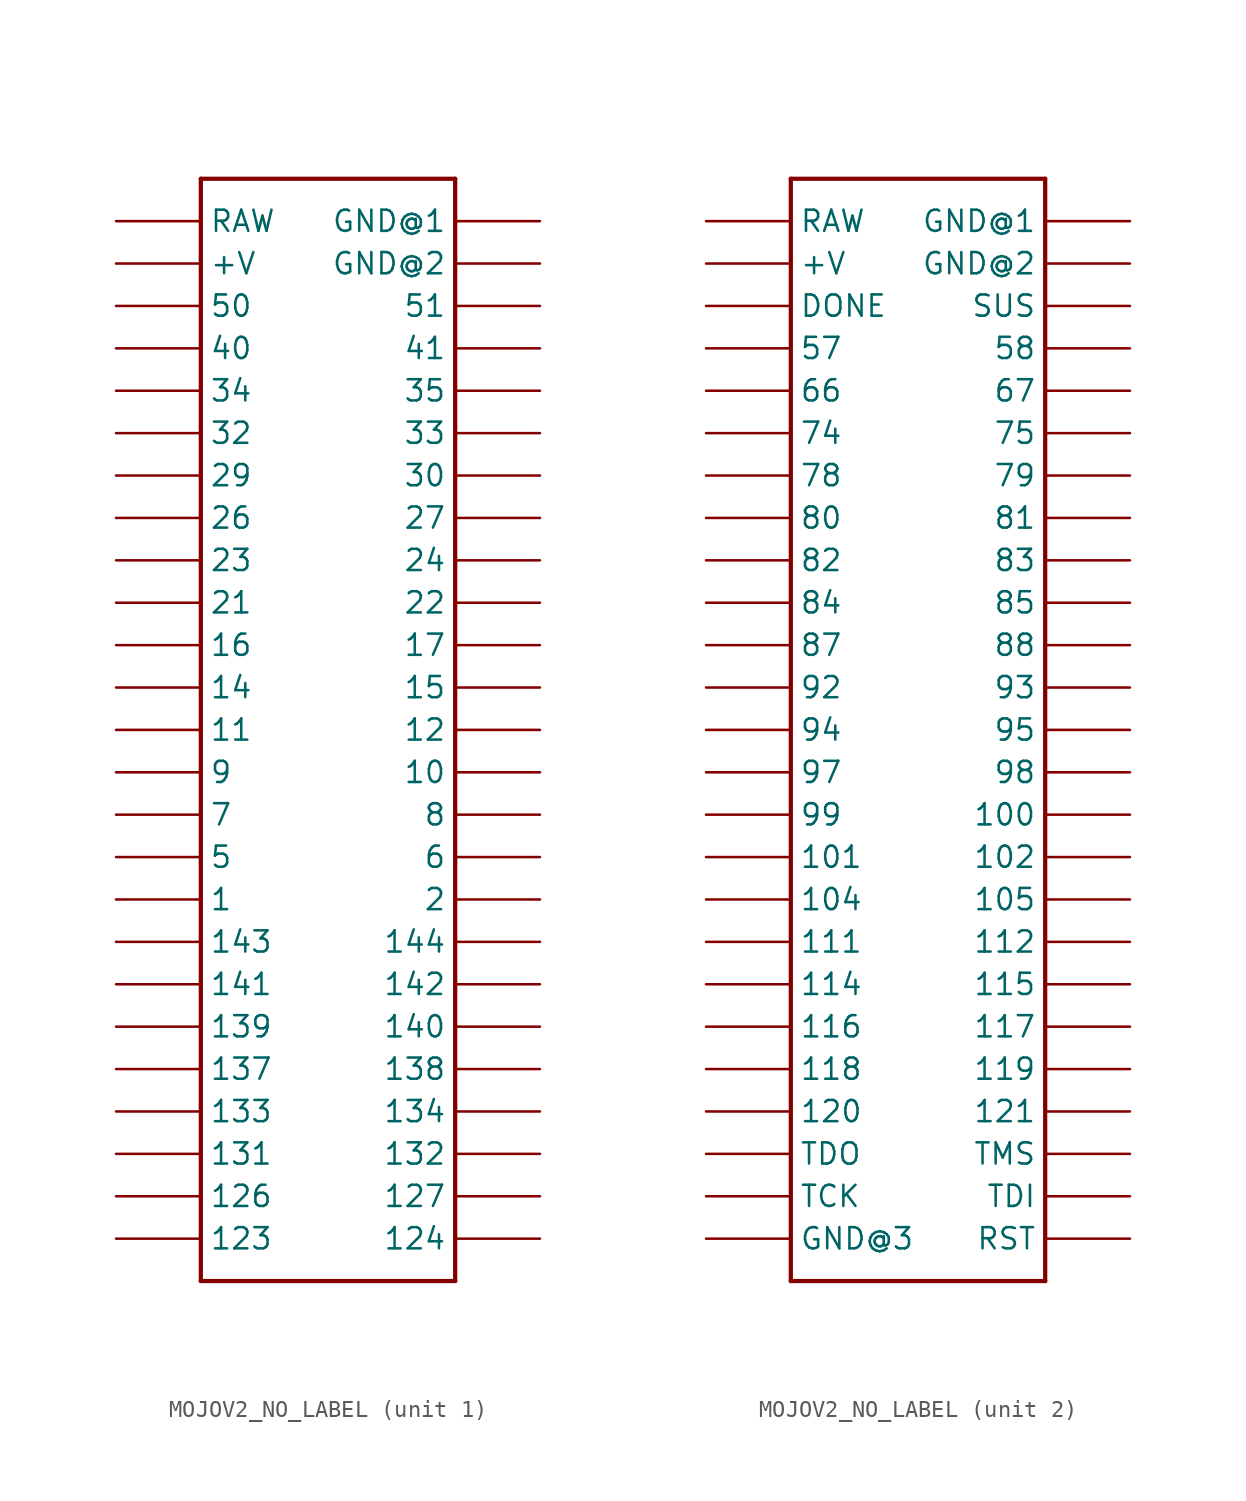
<source format=kicad_sym>
(kicad_symbol_lib
  (version 20231120)
  (generator "kicad_symbol_editor")
  (generator_version "8.0")
  (symbol "MOJOV2_NO_LABEL"
    (property "Reference" ""
      (at 0 0 0)
      (effects (font (size 1.27 1.27)) (hide yes)))
    (property "ki_locked" ""
      (at 0 0 0)
      (effects (font (size 1.27 1.27))))
    (symbol "MOJOV2_NO_LABEL_1_0"
      (polyline (pts (xy -7.62 -33.02) (xy -7.62 33.02)) (stroke (width 0.254) (type solid)) (fill (type none)))
      (polyline (pts (xy -7.62 33.02) (xy 7.62 33.02)) (stroke (width 0.254) (type solid)) (fill (type none)))
      (polyline (pts (xy 7.62 -33.02) (xy -7.62 -33.02)) (stroke (width 0.254) (type solid)) (fill (type none)))
      (polyline (pts (xy 7.62 33.02) (xy 7.62 -33.02)) (stroke (width 0.254) (type solid)) (fill (type none)))
      (pin bidirectional line (at -12.7 -10.16 0) (length 5.08) (name "1" (effects (font (size 1.27 1.27)))) (number "1" (effects (font (size 0 0)))))
      (pin bidirectional line (at 12.7 -2.54 180) (length 5.08) (name "10" (effects (font (size 1.27 1.27)))) (number "10" (effects (font (size 0 0)))))
      (pin bidirectional line (at -12.7 0 0) (length 5.08) (name "11" (effects (font (size 1.27 1.27)))) (number "11" (effects (font (size 0 0)))))
      (pin bidirectional line (at 12.7 0 180) (length 5.08) (name "12" (effects (font (size 1.27 1.27)))) (number "12" (effects (font (size 0 0)))))
      (pin bidirectional line (at -12.7 -30.48 0) (length 5.08) (name "123" (effects (font (size 1.27 1.27)))) (number "123" (effects (font (size 0 0)))))
      (pin bidirectional line (at 12.7 -30.48 180) (length 5.08) (name "124" (effects (font (size 1.27 1.27)))) (number "124" (effects (font (size 0 0)))))
      (pin bidirectional line (at -12.7 -27.94 0) (length 5.08) (name "126" (effects (font (size 1.27 1.27)))) (number "126" (effects (font (size 0 0)))))
      (pin bidirectional line (at 12.7 -27.94 180) (length 5.08) (name "127" (effects (font (size 1.27 1.27)))) (number "127" (effects (font (size 0 0)))))
      (pin bidirectional line (at -12.7 -25.4 0) (length 5.08) (name "131" (effects (font (size 1.27 1.27)))) (number "131" (effects (font (size 0 0)))))
      (pin bidirectional line (at 12.7 -25.4 180) (length 5.08) (name "132" (effects (font (size 1.27 1.27)))) (number "132" (effects (font (size 0 0)))))
      (pin bidirectional line (at -12.7 -22.86 0) (length 5.08) (name "133" (effects (font (size 1.27 1.27)))) (number "133" (effects (font (size 0 0)))))
      (pin bidirectional line (at 12.7 -22.86 180) (length 5.08) (name "134" (effects (font (size 1.27 1.27)))) (number "134" (effects (font (size 0 0)))))
      (pin bidirectional line (at -12.7 -20.32 0) (length 5.08) (name "137" (effects (font (size 1.27 1.27)))) (number "137" (effects (font (size 0 0)))))
      (pin bidirectional line (at 12.7 -20.32 180) (length 5.08) (name "138" (effects (font (size 1.27 1.27)))) (number "138" (effects (font (size 0 0)))))
      (pin bidirectional line (at -12.7 -17.78 0) (length 5.08) (name "139" (effects (font (size 1.27 1.27)))) (number "139" (effects (font (size 0 0)))))
      (pin bidirectional line (at -12.7 2.54 0) (length 5.08) (name "14" (effects (font (size 1.27 1.27)))) (number "14" (effects (font (size 0 0)))))
      (pin bidirectional line (at 12.7 -17.78 180) (length 5.08) (name "140" (effects (font (size 1.27 1.27)))) (number "140" (effects (font (size 0 0)))))
      (pin bidirectional line (at -12.7 -15.24 0) (length 5.08) (name "141" (effects (font (size 1.27 1.27)))) (number "141" (effects (font (size 0 0)))))
      (pin bidirectional line (at 12.7 -15.24 180) (length 5.08) (name "142" (effects (font (size 1.27 1.27)))) (number "142" (effects (font (size 0 0)))))
      (pin bidirectional line (at -12.7 -12.7 0) (length 5.08) (name "143" (effects (font (size 1.27 1.27)))) (number "143" (effects (font (size 0 0)))))
      (pin bidirectional line (at 12.7 -12.7 180) (length 5.08) (name "144" (effects (font (size 1.27 1.27)))) (number "144" (effects (font (size 0 0)))))
      (pin bidirectional line (at 12.7 2.54 180) (length 5.08) (name "15" (effects (font (size 1.27 1.27)))) (number "15" (effects (font (size 0 0)))))
      (pin bidirectional line (at -12.7 5.08 0) (length 5.08) (name "16" (effects (font (size 1.27 1.27)))) (number "16" (effects (font (size 0 0)))))
      (pin bidirectional line (at 12.7 5.08 180) (length 5.08) (name "17" (effects (font (size 1.27 1.27)))) (number "17" (effects (font (size 0 0)))))
      (pin bidirectional line (at 12.7 -10.16 180) (length 5.08) (name "2" (effects (font (size 1.27 1.27)))) (number "2" (effects (font (size 0 0)))))
      (pin bidirectional line (at -12.7 7.62 0) (length 5.08) (name "21" (effects (font (size 1.27 1.27)))) (number "21" (effects (font (size 0 0)))))
      (pin bidirectional line (at 12.7 7.62 180) (length 5.08) (name "22" (effects (font (size 1.27 1.27)))) (number "22" (effects (font (size 0 0)))))
      (pin bidirectional line (at -12.7 10.16 0) (length 5.08) (name "23" (effects (font (size 1.27 1.27)))) (number "23" (effects (font (size 0 0)))))
      (pin bidirectional line (at 12.7 10.16 180) (length 5.08) (name "24" (effects (font (size 1.27 1.27)))) (number "24" (effects (font (size 0 0)))))
      (pin bidirectional line (at -12.7 12.7 0) (length 5.08) (name "26" (effects (font (size 1.27 1.27)))) (number "26" (effects (font (size 0 0)))))
      (pin bidirectional line (at 12.7 12.7 180) (length 5.08) (name "27" (effects (font (size 1.27 1.27)))) (number "27" (effects (font (size 0 0)))))
      (pin bidirectional line (at -12.7 15.24 0) (length 5.08) (name "29" (effects (font (size 1.27 1.27)))) (number "29" (effects (font (size 0 0)))))
      (pin bidirectional line (at 12.7 15.24 180) (length 5.08) (name "30" (effects (font (size 1.27 1.27)))) (number "30" (effects (font (size 0 0)))))
      (pin bidirectional line (at -12.7 17.78 0) (length 5.08) (name "32" (effects (font (size 1.27 1.27)))) (number "32" (effects (font (size 0 0)))))
      (pin bidirectional line (at 12.7 17.78 180) (length 5.08) (name "33" (effects (font (size 1.27 1.27)))) (number "33" (effects (font (size 0 0)))))
      (pin bidirectional line (at -12.7 20.32 0) (length 5.08) (name "34" (effects (font (size 1.27 1.27)))) (number "34" (effects (font (size 0 0)))))
      (pin bidirectional line (at 12.7 20.32 180) (length 5.08) (name "35" (effects (font (size 1.27 1.27)))) (number "35" (effects (font (size 0 0)))))
      (pin bidirectional line (at -12.7 22.86 0) (length 5.08) (name "40" (effects (font (size 1.27 1.27)))) (number "40" (effects (font (size 0 0)))))
      (pin bidirectional line (at 12.7 22.86 180) (length 5.08) (name "41" (effects (font (size 1.27 1.27)))) (number "41" (effects (font (size 0 0)))))
      (pin bidirectional line (at -12.7 -7.62 0) (length 5.08) (name "5" (effects (font (size 1.27 1.27)))) (number "5" (effects (font (size 0 0)))))
      (pin bidirectional line (at -12.7 25.4 0) (length 5.08) (name "50" (effects (font (size 1.27 1.27)))) (number "50" (effects (font (size 0 0)))))
      (pin bidirectional line (at 12.7 25.4 180) (length 5.08) (name "51" (effects (font (size 1.27 1.27)))) (number "51" (effects (font (size 0 0)))))
      (pin bidirectional line (at 12.7 -7.62 180) (length 5.08) (name "6" (effects (font (size 1.27 1.27)))) (number "6" (effects (font (size 0 0)))))
      (pin bidirectional line (at -12.7 -5.08 0) (length 5.08) (name "7" (effects (font (size 1.27 1.27)))) (number "7" (effects (font (size 0 0)))))
      (pin bidirectional line (at 12.7 -5.08 180) (length 5.08) (name "8" (effects (font (size 1.27 1.27)))) (number "8" (effects (font (size 0 0)))))
      (pin bidirectional line (at -12.7 -2.54 0) (length 5.08) (name "9" (effects (font (size 1.27 1.27)))) (number "9" (effects (font (size 0 0)))))
      (pin power_in line (at 12.7 30.48 180) (length 5.08) (name "GND@1" (effects (font (size 1.27 1.27)))) (number "GND@1" (effects (font (size 0 0)))))
      (pin power_in line (at 12.7 27.94 180) (length 5.08) (name "GND@2" (effects (font (size 1.27 1.27)))) (number "GND@2" (effects (font (size 0 0)))))
      (pin power_in line (at -12.7 30.48 0) (length 5.08) (name "RAW" (effects (font (size 1.27 1.27)))) (number "RAW@1" (effects (font (size 0 0)))))
      (pin power_in line (at -12.7 27.94 0) (length 5.08) (name "+V" (effects (font (size 1.27 1.27)))) (number "V@1" (effects (font (size 0 0))))))
    (symbol "MOJOV2_NO_LABEL_2_0"
      (polyline (pts (xy -7.62 -33.02) (xy -7.62 33.02)) (stroke (width 0.254) (type solid)) (fill (type none)))
      (polyline (pts (xy -7.62 33.02) (xy 7.62 33.02)) (stroke (width 0.254) (type solid)) (fill (type none)))
      (polyline (pts (xy 7.62 -33.02) (xy -7.62 -33.02)) (stroke (width 0.254) (type solid)) (fill (type none)))
      (polyline (pts (xy 7.62 33.02) (xy 7.62 -33.02)) (stroke (width 0.254) (type solid)) (fill (type none)))
      (pin bidirectional line (at 12.7 -5.08 180) (length 5.08) (name "100" (effects (font (size 1.27 1.27)))) (number "100" (effects (font (size 0 0)))))
      (pin bidirectional line (at -12.7 -7.62 0) (length 5.08) (name "101" (effects (font (size 1.27 1.27)))) (number "101" (effects (font (size 0 0)))))
      (pin bidirectional line (at 12.7 -7.62 180) (length 5.08) (name "102" (effects (font (size 1.27 1.27)))) (number "102" (effects (font (size 0 0)))))
      (pin bidirectional line (at -12.7 -10.16 0) (length 5.08) (name "104" (effects (font (size 1.27 1.27)))) (number "104" (effects (font (size 0 0)))))
      (pin bidirectional line (at 12.7 -10.16 180) (length 5.08) (name "105" (effects (font (size 1.27 1.27)))) (number "105" (effects (font (size 0 0)))))
      (pin bidirectional line (at -12.7 -12.7 0) (length 5.08) (name "111" (effects (font (size 1.27 1.27)))) (number "111" (effects (font (size 0 0)))))
      (pin bidirectional line (at 12.7 -12.7 180) (length 5.08) (name "112" (effects (font (size 1.27 1.27)))) (number "112" (effects (font (size 0 0)))))
      (pin bidirectional line (at -12.7 -15.24 0) (length 5.08) (name "114" (effects (font (size 1.27 1.27)))) (number "114" (effects (font (size 0 0)))))
      (pin bidirectional line (at 12.7 -15.24 180) (length 5.08) (name "115" (effects (font (size 1.27 1.27)))) (number "115" (effects (font (size 0 0)))))
      (pin bidirectional line (at -12.7 -17.78 0) (length 5.08) (name "116" (effects (font (size 1.27 1.27)))) (number "116" (effects (font (size 0 0)))))
      (pin bidirectional line (at 12.7 -17.78 180) (length 5.08) (name "117" (effects (font (size 1.27 1.27)))) (number "117" (effects (font (size 0 0)))))
      (pin bidirectional line (at -12.7 -20.32 0) (length 5.08) (name "118" (effects (font (size 1.27 1.27)))) (number "118" (effects (font (size 0 0)))))
      (pin bidirectional line (at 12.7 -20.32 180) (length 5.08) (name "119" (effects (font (size 1.27 1.27)))) (number "119" (effects (font (size 0 0)))))
      (pin bidirectional line (at -12.7 -22.86 0) (length 5.08) (name "120" (effects (font (size 1.27 1.27)))) (number "120" (effects (font (size 0 0)))))
      (pin bidirectional line (at 12.7 -22.86 180) (length 5.08) (name "121" (effects (font (size 1.27 1.27)))) (number "121" (effects (font (size 0 0)))))
      (pin bidirectional line (at -12.7 22.86 0) (length 5.08) (name "57" (effects (font (size 1.27 1.27)))) (number "57" (effects (font (size 0 0)))))
      (pin bidirectional line (at 12.7 22.86 180) (length 5.08) (name "58" (effects (font (size 1.27 1.27)))) (number "58" (effects (font (size 0 0)))))
      (pin bidirectional line (at -12.7 20.32 0) (length 5.08) (name "66" (effects (font (size 1.27 1.27)))) (number "66" (effects (font (size 0 0)))))
      (pin bidirectional line (at 12.7 20.32 180) (length 5.08) (name "67" (effects (font (size 1.27 1.27)))) (number "67" (effects (font (size 0 0)))))
      (pin bidirectional line (at -12.7 17.78 0) (length 5.08) (name "74" (effects (font (size 1.27 1.27)))) (number "74" (effects (font (size 0 0)))))
      (pin bidirectional line (at 12.7 17.78 180) (length 5.08) (name "75" (effects (font (size 1.27 1.27)))) (number "75" (effects (font (size 0 0)))))
      (pin bidirectional line (at -12.7 15.24 0) (length 5.08) (name "78" (effects (font (size 1.27 1.27)))) (number "78" (effects (font (size 0 0)))))
      (pin bidirectional line (at 12.7 15.24 180) (length 5.08) (name "79" (effects (font (size 1.27 1.27)))) (number "79" (effects (font (size 0 0)))))
      (pin bidirectional line (at -12.7 12.7 0) (length 5.08) (name "80" (effects (font (size 1.27 1.27)))) (number "80" (effects (font (size 0 0)))))
      (pin bidirectional line (at 12.7 12.7 180) (length 5.08) (name "81" (effects (font (size 1.27 1.27)))) (number "81" (effects (font (size 0 0)))))
      (pin bidirectional line (at -12.7 10.16 0) (length 5.08) (name "82" (effects (font (size 1.27 1.27)))) (number "82" (effects (font (size 0 0)))))
      (pin bidirectional line (at 12.7 10.16 180) (length 5.08) (name "83" (effects (font (size 1.27 1.27)))) (number "83" (effects (font (size 0 0)))))
      (pin bidirectional line (at -12.7 7.62 0) (length 5.08) (name "84" (effects (font (size 1.27 1.27)))) (number "84" (effects (font (size 0 0)))))
      (pin bidirectional line (at 12.7 7.62 180) (length 5.08) (name "85" (effects (font (size 1.27 1.27)))) (number "85" (effects (font (size 0 0)))))
      (pin bidirectional line (at -12.7 5.08 0) (length 5.08) (name "87" (effects (font (size 1.27 1.27)))) (number "87" (effects (font (size 0 0)))))
      (pin bidirectional line (at 12.7 5.08 180) (length 5.08) (name "88" (effects (font (size 1.27 1.27)))) (number "88" (effects (font (size 0 0)))))
      (pin bidirectional line (at -12.7 2.54 0) (length 5.08) (name "92" (effects (font (size 1.27 1.27)))) (number "92" (effects (font (size 0 0)))))
      (pin bidirectional line (at 12.7 2.54 180) (length 5.08) (name "93" (effects (font (size 1.27 1.27)))) (number "93" (effects (font (size 0 0)))))
      (pin bidirectional line (at -12.7 0 0) (length 5.08) (name "94" (effects (font (size 1.27 1.27)))) (number "94" (effects (font (size 0 0)))))
      (pin bidirectional line (at 12.7 0 180) (length 5.08) (name "95" (effects (font (size 1.27 1.27)))) (number "95" (effects (font (size 0 0)))))
      (pin bidirectional line (at -12.7 -2.54 0) (length 5.08) (name "97" (effects (font (size 1.27 1.27)))) (number "97" (effects (font (size 0 0)))))
      (pin bidirectional line (at 12.7 -2.54 180) (length 5.08) (name "98" (effects (font (size 1.27 1.27)))) (number "98" (effects (font (size 0 0)))))
      (pin bidirectional line (at -12.7 -5.08 0) (length 5.08) (name "99" (effects (font (size 1.27 1.27)))) (number "99" (effects (font (size 0 0)))))
      (pin bidirectional line (at -12.7 25.4 0) (length 5.08) (name "DONE" (effects (font (size 1.27 1.27)))) (number "DONE" (effects (font (size 0 0)))))
      (pin power_in line (at 12.7 30.48 180) (length 5.08) (name "GND@1" (effects (font (size 1.27 1.27)))) (number "GND@3" (effects (font (size 0 0)))))
      (pin power_in line (at 12.7 27.94 180) (length 5.08) (name "GND@2" (effects (font (size 1.27 1.27)))) (number "GND@4" (effects (font (size 0 0)))))
      (pin power_in line (at -12.7 -30.48 0) (length 5.08) (name "GND@3" (effects (font (size 1.27 1.27)))) (number "GND@6" (effects (font (size 0 0)))))
      (pin power_in line (at -12.7 30.48 0) (length 5.08) (name "RAW" (effects (font (size 1.27 1.27)))) (number "RAW@2" (effects (font (size 0 0)))))
      (pin input line (at 12.7 -30.48 180) (length 5.08) (name "RST" (effects (font (size 1.27 1.27)))) (number "RST" (effects (font (size 0 0)))))
      (pin input line (at 12.7 25.4 180) (length 5.08) (name "SUS" (effects (font (size 1.27 1.27)))) (number "SUS" (effects (font (size 0 0)))))
      (pin input line (at -12.7 -27.94 0) (length 5.08) (name "TCK" (effects (font (size 1.27 1.27)))) (number "TCK" (effects (font (size 0 0)))))
      (pin input line (at 12.7 -27.94 180) (length 5.08) (name "TDI" (effects (font (size 1.27 1.27)))) (number "TDI" (effects (font (size 0 0)))))
      (pin output line (at -12.7 -25.4 0) (length 5.08) (name "TDO" (effects (font (size 1.27 1.27)))) (number "TDO" (effects (font (size 0 0)))))
      (pin input line (at 12.7 -25.4 180) (length 5.08) (name "TMS" (effects (font (size 1.27 1.27)))) (number "TMS" (effects (font (size 0 0)))))
      (pin power_in line (at -12.7 27.94 0) (length 5.08) (name "+V" (effects (font (size 1.27 1.27)))) (number "V@2" (effects (font (size 0 0))))))))
</source>
